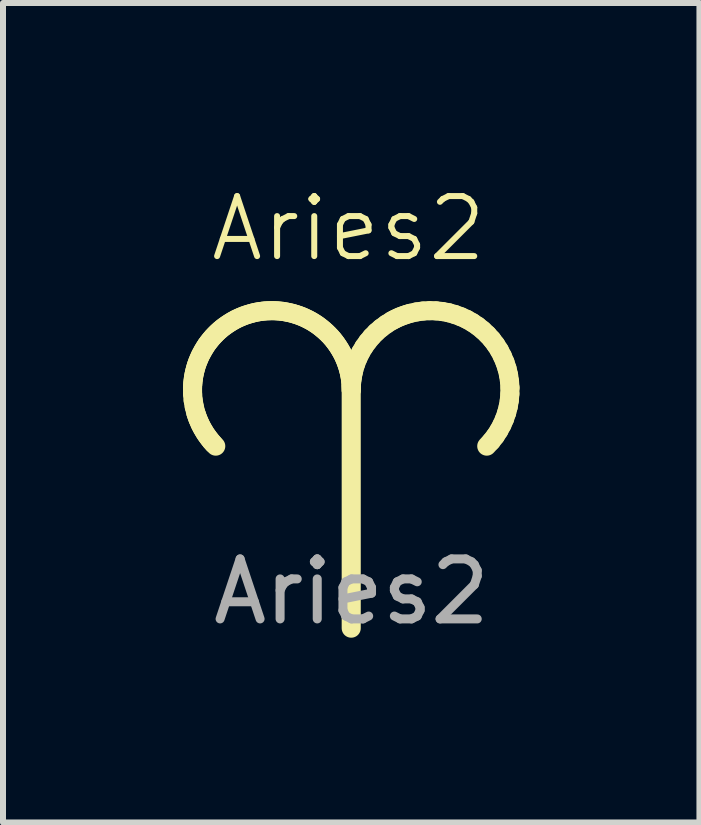
<source format=kicad_pcb>
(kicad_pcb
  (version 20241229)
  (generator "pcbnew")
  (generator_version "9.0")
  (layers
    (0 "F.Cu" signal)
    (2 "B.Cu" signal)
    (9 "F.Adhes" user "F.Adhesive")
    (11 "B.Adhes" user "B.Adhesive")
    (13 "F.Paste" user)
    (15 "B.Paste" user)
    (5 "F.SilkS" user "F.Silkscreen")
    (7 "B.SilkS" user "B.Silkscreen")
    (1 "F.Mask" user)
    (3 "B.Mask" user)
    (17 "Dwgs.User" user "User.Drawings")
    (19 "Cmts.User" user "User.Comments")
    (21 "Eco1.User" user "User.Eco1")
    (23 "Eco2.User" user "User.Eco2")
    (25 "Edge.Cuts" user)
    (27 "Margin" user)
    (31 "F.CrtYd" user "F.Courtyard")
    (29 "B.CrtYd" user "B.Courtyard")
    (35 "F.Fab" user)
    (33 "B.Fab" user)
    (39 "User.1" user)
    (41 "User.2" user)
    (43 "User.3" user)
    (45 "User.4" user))
  (footprint "Aries2"
    (layer "F.Cu")
    (at 2.809 4.311)
    (property "Reference" "Aries2" (at -0.05 -3.55 0) (unlocked yes) (layer "F.SilkS") (effects (font (size 1 1) (thickness 0.1))))
    (attr smd)
    (fp_line (start -2.65 -0.9) (end -2.647 -0.953) (stroke (width 0.318) (type solid)) (layer "F.SilkS"))
    (fp_line (start -2.649 -0.793) (end -2.65 -0.9) (stroke (width 0.318) (type solid)) (layer "F.SilkS"))
    (fp_line (start -2.647 -0.953) (end -2.642 -1.007) (stroke (width 0.318) (type solid)) (layer "F.SilkS"))
    (fp_line (start -2.642 -1.007) (end -2.635 -1.06) (stroke (width 0.318) (type solid)) (layer "F.SilkS"))
    (fp_line (start -2.639 -0.687) (end -2.649 -0.793) (stroke (width 0.318) (type solid)) (layer "F.SilkS"))
    (fp_line (start -2.635 -1.06) (end -2.626 -1.113) (stroke (width 0.318) (type solid)) (layer "F.SilkS"))
    (fp_line (start -2.626 -1.113) (end -2.615 -1.165) (stroke (width 0.318) (type solid)) (layer "F.SilkS"))
    (fp_line (start -2.621 -0.582) (end -2.639 -0.687) (stroke (width 0.318) (type solid)) (layer "F.SilkS"))
    (fp_line (start -2.615 -1.165) (end -2.601 -1.218) (stroke (width 0.318) (type solid)) (layer "F.SilkS"))
    (fp_line (start -2.601 -1.218) (end -2.586 -1.27) (stroke (width 0.318) (type solid)) (layer "F.SilkS"))
    (fp_line (start -2.595 -0.479) (end -2.621 -0.582) (stroke (width 0.318) (type solid)) (layer "F.SilkS"))
    (fp_line (start -2.586 -1.27) (end -2.568 -1.321) (stroke (width 0.318) (type solid)) (layer "F.SilkS"))
    (fp_line (start -2.578 -0.428) (end -2.595 -0.479) (stroke (width 0.318) (type solid)) (layer "F.SilkS"))
    (fp_line (start -2.568 -1.321) (end -2.547 -1.372) (stroke (width 0.318) (type solid)) (layer "F.SilkS"))
    (fp_line (start -2.56 -0.378) (end -2.578 -0.428) (stroke (width 0.318) (type solid)) (layer "F.SilkS"))
    (fp_line (start -2.547 -1.372) (end -2.525 -1.423) (stroke (width 0.318) (type solid)) (layer "F.SilkS"))
    (fp_line (start -2.539 -0.329) (end -2.56 -0.378) (stroke (width 0.318) (type solid)) (layer "F.SilkS"))
    (fp_line (start -2.525 -1.423) (end -2.5 -1.472) (stroke (width 0.318) (type solid)) (layer "F.SilkS"))
    (fp_line (start -2.517 -0.28) (end -2.539 -0.329) (stroke (width 0.318) (type solid)) (layer "F.SilkS"))
    (fp_line (start -2.5 -1.472) (end -2.473 -1.521) (stroke (width 0.318) (type solid)) (layer "F.SilkS"))
    (fp_line (start -2.492 -0.232) (end -2.517 -0.28) (stroke (width 0.318) (type solid)) (layer "F.SilkS"))
    (fp_line (start -2.473 -1.521) (end -2.444 -1.569) (stroke (width 0.318) (type solid)) (layer "F.SilkS"))
    (fp_line (start -2.465 -0.185) (end -2.492 -0.232) (stroke (width 0.318) (type solid)) (layer "F.SilkS"))
    (fp_line (start -2.444 -1.569) (end -2.414 -1.616) (stroke (width 0.318) (type solid)) (layer "F.SilkS"))
    (fp_line (start -2.437 -0.139) (end -2.465 -0.185) (stroke (width 0.318) (type solid)) (layer "F.SilkS"))
    (fp_line (start -2.414 -1.616) (end -2.381 -1.66) (stroke (width 0.318) (type solid)) (layer "F.SilkS"))
    (fp_line (start -2.406 -0.094) (end -2.437 -0.139) (stroke (width 0.318) (type solid)) (layer "F.SilkS"))
    (fp_line (start -2.381 -1.66) (end -2.347 -1.703) (stroke (width 0.318) (type solid)) (layer "F.SilkS"))
    (fp_line (start -2.373 -0.05) (end -2.406 -0.094) (stroke (width 0.318) (type solid)) (layer "F.SilkS"))
    (fp_line (start -2.347 -1.703) (end -2.312 -1.744) (stroke (width 0.318) (type solid)) (layer "F.SilkS"))
    (fp_line (start -2.339 -0.007) (end -2.373 -0.05) (stroke (width 0.318) (type solid)) (layer "F.SilkS"))
    (fp_line (start -2.312 -1.744) (end -2.274 -1.784) (stroke (width 0.318) (type solid)) (layer "F.SilkS"))
    (fp_line (start -2.302 0.035) (end -2.339 -0.007) (stroke (width 0.318) (type solid)) (layer "F.SilkS"))
    (fp_line (start -2.274 -1.784) (end -2.236 -1.822) (stroke (width 0.318) (type solid)) (layer "F.SilkS"))
    (fp_line (start -2.263 0.075) (end -2.302 0.035) (stroke (width 0.318) (type solid)) (layer "F.SilkS"))
    (fp_line (start -2.236 -1.822) (end -2.196 -1.858) (stroke (width 0.318) (type solid)) (layer "F.SilkS"))
    (fp_line (start -2.196 -1.858) (end -2.155 -1.893) (stroke (width 0.318) (type solid)) (layer "F.SilkS"))
    (fp_line (start -2.155 -1.893) (end -2.112 -1.925) (stroke (width 0.318) (type solid)) (layer "F.SilkS"))
    (fp_line (start -2.112 -1.925) (end -2.068 -1.956) (stroke (width 0.318) (type solid)) (layer "F.SilkS"))
    (fp_line (start -2.068 -1.956) (end -2.023 -1.985) (stroke (width 0.318) (type solid)) (layer "F.SilkS"))
    (fp_line (start -2.023 -1.985) (end -1.978 -2.012) (stroke (width 0.318) (type solid)) (layer "F.SilkS"))
    (fp_line (start -1.978 -2.012) (end -1.931 -2.038) (stroke (width 0.318) (type solid)) (layer "F.SilkS"))
    (fp_line (start -1.931 -2.038) (end -1.883 -2.061) (stroke (width 0.318) (type solid)) (layer "F.SilkS"))
    (fp_line (start -1.883 -2.061) (end -1.834 -2.082) (stroke (width 0.318) (type solid)) (layer "F.SilkS"))
    (fp_line (start -1.834 -2.082) (end -1.784 -2.102) (stroke (width 0.318) (type solid)) (layer "F.SilkS"))
    (fp_line (start -1.784 -2.102) (end -1.734 -2.119) (stroke (width 0.318) (type solid)) (layer "F.SilkS"))
    (fp_line (start -1.734 -2.119) (end -1.683 -2.134) (stroke (width 0.318) (type solid)) (layer "F.SilkS"))
    (fp_line (start -1.683 -2.134) (end -1.631 -2.148) (stroke (width 0.318) (type solid)) (layer "F.SilkS"))
    (fp_line (start -1.631 -2.148) (end -1.579 -2.159) (stroke (width 0.318) (type solid)) (layer "F.SilkS"))
    (fp_line (start -1.579 -2.159) (end -1.526 -2.168) (stroke (width 0.318) (type solid)) (layer "F.SilkS"))
    (fp_line (start -1.526 -2.168) (end -1.473 -2.175) (stroke (width 0.318) (type solid)) (layer "F.SilkS"))
    (fp_line (start -1.473 -2.175) (end -1.42 -2.18) (stroke (width 0.318) (type solid)) (layer "F.SilkS"))
    (fp_line (start -1.42 -2.18) (end -1.366 -2.182) (stroke (width 0.318) (type solid)) (layer "F.SilkS"))
    (fp_line (start -1.366 -2.182) (end -1.312 -2.183) (stroke (width 0.318) (type solid)) (layer "F.SilkS"))
    (fp_line (start -1.312 -2.183) (end -1.257 -2.181) (stroke (width 0.318) (type solid)) (layer "F.SilkS"))
    (fp_line (start -1.257 -2.181) (end -1.203 -2.177) (stroke (width 0.318) (type solid)) (layer "F.SilkS"))
    (fp_line (start -1.203 -2.177) (end -1.149 -2.171) (stroke (width 0.318) (type solid)) (layer "F.SilkS"))
    (fp_line (start -1.149 -2.171) (end -1.094 -2.162) (stroke (width 0.318) (type solid)) (layer "F.SilkS"))
    (fp_line (start -1.094 -2.162) (end -1.04 -2.151) (stroke (width 0.318) (type solid)) (layer "F.SilkS"))
    (fp_line (start -1.04 -2.151) (end -0.985 -2.138) (stroke (width 0.318) (type solid)) (layer "F.SilkS"))
    (fp_line (start -0.985 -2.138) (end -0.932 -2.122) (stroke (width 0.318) (type solid)) (layer "F.SilkS"))
    (fp_line (start -0.932 -2.122) (end -0.879 -2.105) (stroke (width 0.318) (type solid)) (layer "F.SilkS"))
    (fp_line (start -0.879 -2.105) (end -0.828 -2.085) (stroke (width 0.318) (type solid)) (layer "F.SilkS"))
    (fp_line (start -0.828 -2.085) (end -0.777 -2.063) (stroke (width 0.318) (type solid)) (layer "F.SilkS"))
    (fp_line (start -0.777 -2.063) (end -0.728 -2.039) (stroke (width 0.318) (type solid)) (layer "F.SilkS"))
    (fp_line (start -0.728 -2.039) (end -0.68 -2.014) (stroke (width 0.318) (type solid)) (layer "F.SilkS"))
    (fp_line (start -0.68 -2.014) (end -0.633 -1.986) (stroke (width 0.318) (type solid)) (layer "F.SilkS"))
    (fp_line (start -0.633 -1.986) (end -0.588 -1.957) (stroke (width 0.318) (type solid)) (layer "F.SilkS"))
    (fp_line (start -0.588 -1.957) (end -0.544 -1.926) (stroke (width 0.318) (type solid)) (layer "F.SilkS"))
    (fp_line (start -0.544 -1.926) (end -0.502 -1.893) (stroke (width 0.318) (type solid)) (layer "F.SilkS"))
    (fp_line (start -0.502 -1.893) (end -0.461 -1.859) (stroke (width 0.318) (type solid)) (layer "F.SilkS"))
    (fp_line (start -0.461 -1.859) (end -0.421 -1.823) (stroke (width 0.318) (type solid)) (layer "F.SilkS"))
    (fp_line (start -0.421 -1.823) (end -0.383 -1.786) (stroke (width 0.318) (type solid)) (layer "F.SilkS"))
    (fp_line (start -0.383 -1.786) (end -0.346 -1.747) (stroke (width 0.318) (type solid)) (layer "F.SilkS"))
    (fp_line (start -0.346 -1.747) (end -0.311 -1.707) (stroke (width 0.318) (type solid)) (layer "F.SilkS"))
    (fp_line (start -0.311 -1.707) (end -0.278 -1.665) (stroke (width 0.318) (type solid)) (layer "F.SilkS"))
    (fp_line (start -0.278 -1.665) (end -0.247 -1.623) (stroke (width 0.318) (type solid)) (layer "F.SilkS"))
    (fp_line (start -0.247 -1.623) (end -0.217 -1.578) (stroke (width 0.318) (type solid)) (layer "F.SilkS"))
    (fp_line (start -0.217 -1.578) (end -0.189 -1.533) (stroke (width 0.318) (type solid)) (layer "F.SilkS"))
    (fp_line (start -0.189 -1.533) (end -0.163 -1.487) (stroke (width 0.318) (type solid)) (layer "F.SilkS"))
    (fp_line (start -0.163 -1.487) (end -0.138 -1.439) (stroke (width 0.318) (type solid)) (layer "F.SilkS"))
    (fp_line (start -0.138 -1.439) (end -0.116 -1.391) (stroke (width 0.318) (type solid)) (layer "F.SilkS"))
    (fp_line (start -0.116 -1.391) (end -0.095 -1.341) (stroke (width 0.318) (type solid)) (layer "F.SilkS"))
    (fp_line (start -0.095 -1.341) (end -0.077 -1.291) (stroke (width 0.318) (type solid)) (layer "F.SilkS"))
    (fp_line (start -0.077 -1.291) (end -0.06 -1.239) (stroke (width 0.318) (type solid)) (layer "F.SilkS"))
    (fp_line (start -0.06 -1.239) (end -0.046 -1.187) (stroke (width 0.318) (type solid)) (layer "F.SilkS"))
    (fp_line (start -0.046 -1.187) (end -0.033 -1.134) (stroke (width 0.318) (type solid)) (layer "F.SilkS"))
    (fp_line (start -0.033 -1.134) (end -0.023 -1.081) (stroke (width 0.318) (type solid)) (layer "F.SilkS"))
    (fp_line (start -0.023 -1.081) (end -0.015 -1.026) (stroke (width 0.318) (type solid)) (layer "F.SilkS"))
    (fp_line (start -0.015 -1.026) (end -0.009 -0.972) (stroke (width 0.318) (type solid)) (layer "F.SilkS"))
    (fp_line (start -0.009 -0.972) (end -0.006 -0.916) (stroke (width 0.318) (type solid)) (layer "F.SilkS"))
    (fp_line (start -0.006 -0.916) (end -0.005 -0.86) (stroke (width 0.318) (type solid)) (layer "F.SilkS"))
    (fp_line (start -0.005 -0.86) (end -0.005 3.109) (stroke (width 0.318) (type solid)) (layer "F.SilkS"))
    (fp_line (start -0.005 -0.86) (end -0.004 -0.916) (stroke (width 0.318) (type solid)) (layer "F.SilkS"))
    (fp_line (start -0.004 -0.916) (end -0.000071 -0.971) (stroke (width 0.318) (type solid)) (layer "F.SilkS"))
    (fp_line (start -0.000071 -0.971) (end 0.006 -1.026) (stroke (width 0.318) (type solid)) (layer "F.SilkS"))
    (fp_line (start 0.006 -1.026) (end 0.014 -1.081) (stroke (width 0.318) (type solid)) (layer "F.SilkS"))
    (fp_line (start 0.014 -1.081) (end 0.024 -1.134) (stroke (width 0.318) (type solid)) (layer "F.SilkS"))
    (fp_line (start 0.024 -1.134) (end 0.036 -1.187) (stroke (width 0.318) (type solid)) (layer "F.SilkS"))
    (fp_line (start 0.036 -1.187) (end 0.067 -1.291) (stroke (width 0.318) (type solid)) (layer "F.SilkS"))
    (fp_line (start 0.067 -1.291) (end 0.106 -1.39) (stroke (width 0.318) (type solid)) (layer "F.SilkS"))
    (fp_line (start 0.106 -1.39) (end 0.153 -1.487) (stroke (width 0.318) (type solid)) (layer "F.SilkS"))
    (fp_line (start 0.153 -1.487) (end 0.207 -1.578) (stroke (width 0.318) (type solid)) (layer "F.SilkS"))
    (fp_line (start 0.207 -1.578) (end 0.269 -1.665) (stroke (width 0.318) (type solid)) (layer "F.SilkS"))
    (fp_line (start 0.269 -1.665) (end 0.337 -1.747) (stroke (width 0.318) (type solid)) (layer "F.SilkS"))
    (fp_line (start 0.337 -1.747) (end 0.411 -1.823) (stroke (width 0.318) (type solid)) (layer "F.SilkS"))
    (fp_line (start 0.411 -1.823) (end 0.492 -1.893) (stroke (width 0.318) (type solid)) (layer "F.SilkS"))
    (fp_line (start 0.492 -1.893) (end 0.579 -1.957) (stroke (width 0.318) (type solid)) (layer "F.SilkS"))
    (fp_line (start 0.579 -1.957) (end 0.67 -2.014) (stroke (width 0.318) (type solid)) (layer "F.SilkS"))
    (fp_line (start 0.67 -2.014) (end 0.718 -2.039) (stroke (width 0.318) (type solid)) (layer "F.SilkS"))
    (fp_line (start 0.718 -2.039) (end 0.767 -2.063) (stroke (width 0.318) (type solid)) (layer "F.SilkS"))
    (fp_line (start 0.767 -2.063) (end 0.818 -2.085) (stroke (width 0.318) (type solid)) (layer "F.SilkS"))
    (fp_line (start 0.818 -2.085) (end 0.869 -2.104) (stroke (width 0.318) (type solid)) (layer "F.SilkS"))
    (fp_line (start 0.869 -2.104) (end 0.922 -2.122) (stroke (width 0.318) (type solid)) (layer "F.SilkS"))
    (fp_line (start 0.922 -2.122) (end 0.976 -2.138) (stroke (width 0.318) (type solid)) (layer "F.SilkS"))
    (fp_line (start 0.976 -2.138) (end 1.084 -2.162) (stroke (width 0.318) (type solid)) (layer "F.SilkS"))
    (fp_line (start 1.084 -2.162) (end 1.193 -2.177) (stroke (width 0.318) (type solid)) (layer "F.SilkS"))
    (fp_line (start 1.193 -2.177) (end 1.302 -2.183) (stroke (width 0.318) (type solid)) (layer "F.SilkS"))
    (fp_line (start 1.302 -2.183) (end 1.41 -2.18) (stroke (width 0.318) (type solid)) (layer "F.SilkS"))
    (fp_line (start 1.41 -2.18) (end 1.517 -2.168) (stroke (width 0.318) (type solid)) (layer "F.SilkS"))
    (fp_line (start 1.517 -2.168) (end 1.622 -2.148) (stroke (width 0.318) (type solid)) (layer "F.SilkS"))
    (fp_line (start 1.622 -2.148) (end 1.724 -2.119) (stroke (width 0.318) (type solid)) (layer "F.SilkS"))
    (fp_line (start 1.724 -2.119) (end 1.824 -2.082) (stroke (width 0.318) (type solid)) (layer "F.SilkS"))
    (fp_line (start 1.824 -2.082) (end 1.921 -2.038) (stroke (width 0.318) (type solid)) (layer "F.SilkS"))
    (fp_line (start 1.921 -2.038) (end 2.014 -1.985) (stroke (width 0.318) (type solid)) (layer "F.SilkS"))
    (fp_line (start 2.014 -1.985) (end 2.102 -1.926) (stroke (width 0.318) (type solid)) (layer "F.SilkS"))
    (fp_line (start 2.102 -1.926) (end 2.186 -1.858) (stroke (width 0.318) (type solid)) (layer "F.SilkS"))
    (fp_line (start 2.186 -1.858) (end 2.265 -1.784) (stroke (width 0.318) (type solid)) (layer "F.SilkS"))
    (fp_line (start 2.265 -1.784) (end 2.338 -1.703) (stroke (width 0.318) (type solid)) (layer "F.SilkS"))
    (fp_line (start 2.329 -0.007) (end 2.254 0.075) (stroke (width 0.318) (type solid)) (layer "F.SilkS"))
    (fp_line (start 2.338 -1.703) (end 2.404 -1.616) (stroke (width 0.318) (type solid)) (layer "F.SilkS"))
    (fp_line (start 2.397 -0.094) (end 2.329 -0.007) (stroke (width 0.318) (type solid)) (layer "F.SilkS"))
    (fp_line (start 2.404 -1.616) (end 2.464 -1.522) (stroke (width 0.318) (type solid)) (layer "F.SilkS"))
    (fp_line (start 2.456 -0.185) (end 2.397 -0.094) (stroke (width 0.318) (type solid)) (layer "F.SilkS"))
    (fp_line (start 2.464 -1.522) (end 2.515 -1.423) (stroke (width 0.318) (type solid)) (layer "F.SilkS"))
    (fp_line (start 2.507 -0.28) (end 2.456 -0.185) (stroke (width 0.318) (type solid)) (layer "F.SilkS"))
    (fp_line (start 2.515 -1.423) (end 2.558 -1.322) (stroke (width 0.318) (type solid)) (layer "F.SilkS"))
    (fp_line (start 2.55 -0.378) (end 2.507 -0.28) (stroke (width 0.318) (type solid)) (layer "F.SilkS"))
    (fp_line (start 2.558 -1.322) (end 2.592 -1.218) (stroke (width 0.318) (type solid)) (layer "F.SilkS"))
    (fp_line (start 2.585 -0.479) (end 2.55 -0.378) (stroke (width 0.318) (type solid)) (layer "F.SilkS"))
    (fp_line (start 2.592 -1.218) (end 2.617 -1.113) (stroke (width 0.318) (type solid)) (layer "F.SilkS"))
    (fp_line (start 2.612 -0.583) (end 2.585 -0.479) (stroke (width 0.318) (type solid)) (layer "F.SilkS"))
    (fp_line (start 2.617 -1.113) (end 2.633 -1.007) (stroke (width 0.318) (type solid)) (layer "F.SilkS"))
    (fp_line (start 2.63 -0.688) (end 2.612 -0.583) (stroke (width 0.318) (type solid)) (layer "F.SilkS"))
    (fp_line (start 2.633 -1.007) (end 2.641 -0.9) (stroke (width 0.318) (type solid)) (layer "F.SilkS"))
    (fp_line (start 2.639 -0.794) (end 2.63 -0.688) (stroke (width 0.318) (type solid)) (layer "F.SilkS"))
    (fp_line (start 2.641 -0.9) (end 2.639 -0.794) (stroke (width 0.318) (type solid)) (layer "F.SilkS"))
    (fp_text user "${REFERENCE}" (at 0 2.5 0) (unlocked yes) (layer "F.Fab") (effects (font (size 1 1) (thickness 0.15)))))
  (gr_rect
    (start -3 -3)
    (end 8.608 10.659)
    (stroke (width 0.1) (type default))
    (fill no)
    (layer "Edge.Cuts")))
</source>
